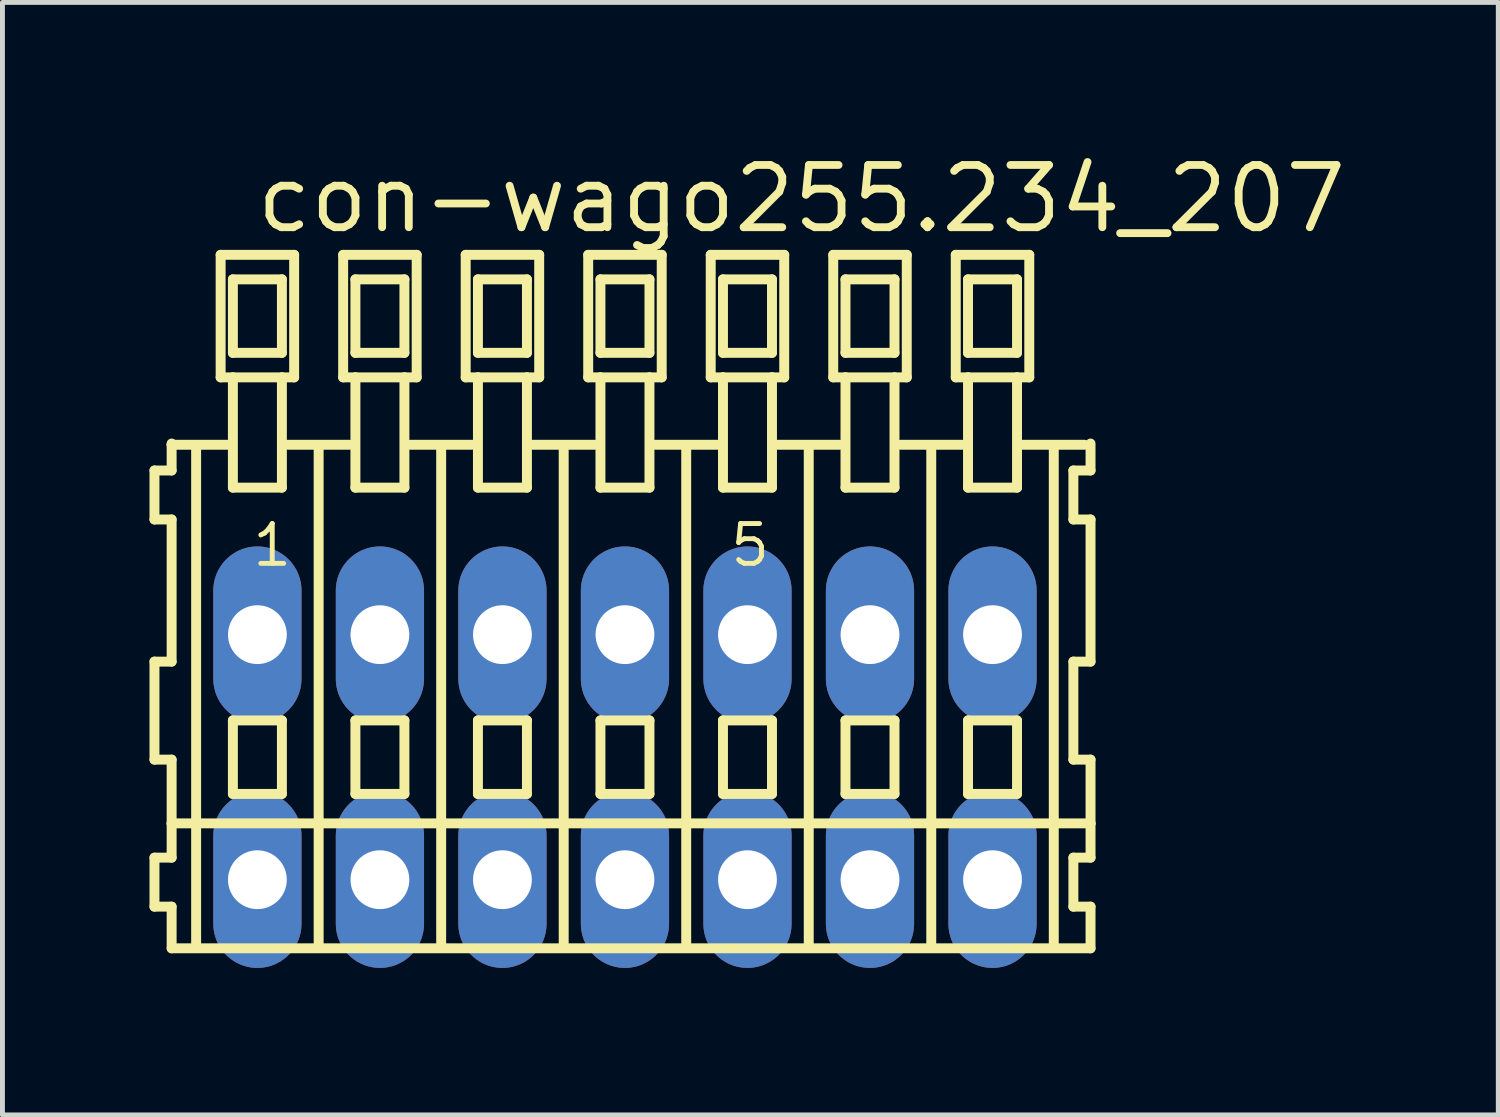
<source format=kicad_pcb>
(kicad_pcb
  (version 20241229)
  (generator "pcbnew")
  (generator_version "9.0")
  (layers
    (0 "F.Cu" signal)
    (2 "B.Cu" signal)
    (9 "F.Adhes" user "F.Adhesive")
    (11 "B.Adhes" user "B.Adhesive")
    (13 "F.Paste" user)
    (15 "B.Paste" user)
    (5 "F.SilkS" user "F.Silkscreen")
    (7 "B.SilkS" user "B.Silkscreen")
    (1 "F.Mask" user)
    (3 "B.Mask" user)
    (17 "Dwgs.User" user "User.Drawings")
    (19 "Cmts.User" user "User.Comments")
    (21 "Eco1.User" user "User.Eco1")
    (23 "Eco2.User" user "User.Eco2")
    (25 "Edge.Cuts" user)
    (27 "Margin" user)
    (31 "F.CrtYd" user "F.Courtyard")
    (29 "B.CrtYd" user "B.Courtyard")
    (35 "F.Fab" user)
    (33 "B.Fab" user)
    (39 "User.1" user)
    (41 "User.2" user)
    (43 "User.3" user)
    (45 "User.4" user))
  (footprint "con-wago255.234_207"
    (layer "F.Cu")
    (at 9.702 12.4)
    (property "Reference" "con-wago255.234_207" (at -7.6 -10.65 0) (layer "F.SilkS") (effects (font (size 1.27 1.27) (thickness 0.16)) (justify left bottom)))
    (attr through_hole)
    (fp_line (start -9.6 -5.85) (end -9.6 -4.85) (stroke (width 0.203) (type default)) (layer "F.SilkS"))
    (fp_line (start -9.6 -4.85) (end -9.25 -4.85) (stroke (width 0.203) (type default)) (layer "F.SilkS"))
    (fp_line (start -9.6 -1.95) (end -9.6 0.05) (stroke (width 0.203) (type default)) (layer "F.SilkS"))
    (fp_line (start -9.6 0.05) (end -9.25 0.05) (stroke (width 0.203) (type default)) (layer "F.SilkS"))
    (fp_line (start -9.6 2.05) (end -9.6 3.05) (stroke (width 0.203) (type default)) (layer "F.SilkS"))
    (fp_line (start -9.6 3.05) (end -9.25 3.05) (stroke (width 0.203) (type default)) (layer "F.SilkS"))
    (fp_line (start -9.25 -6.4) (end -9.25 -6.375) (stroke (width 0.203) (type default)) (layer "F.SilkS"))
    (fp_line (start -9.25 -6.375) (end -9.25 -5.85) (stroke (width 0.203) (type default)) (layer "F.SilkS"))
    (fp_line (start -9.25 -6.375) (end -8.125 -6.375) (stroke (width 0.203) (type default)) (layer "F.SilkS"))
    (fp_line (start -9.25 -5.85) (end -9.6 -5.85) (stroke (width 0.203) (type default)) (layer "F.SilkS"))
    (fp_line (start -9.25 -4.85) (end -9.25 -1.95) (stroke (width 0.203) (type default)) (layer "F.SilkS"))
    (fp_line (start -9.25 -1.95) (end -9.6 -1.95) (stroke (width 0.203) (type default)) (layer "F.SilkS"))
    (fp_line (start -9.25 0.05) (end -9.25 1.35) (stroke (width 0.203) (type default)) (layer "F.SilkS"))
    (fp_line (start -9.25 1.35) (end -9.25 2.05) (stroke (width 0.203) (type default)) (layer "F.SilkS"))
    (fp_line (start -9.25 1.35) (end 9.5 1.35) (stroke (width 0.203) (type default)) (layer "F.SilkS"))
    (fp_line (start -9.25 2.05) (end -9.6 2.05) (stroke (width 0.203) (type default)) (layer "F.SilkS"))
    (fp_line (start -9.25 3.05) (end -9.25 3.9) (stroke (width 0.203) (type default)) (layer "F.SilkS"))
    (fp_line (start -9.25 3.9) (end 9.5 3.9) (stroke (width 0.203) (type default)) (layer "F.SilkS"))
    (fp_line (start -8.75 -6.35) (end -8.75 3.8) (stroke (width 0.203) (type default)) (layer "F.SilkS"))
    (fp_line (start -8.25 -10.25) (end -8.25 -7.75) (stroke (width 0.203) (type default)) (layer "F.SilkS"))
    (fp_line (start -8.25 -7.75) (end -8 -7.75) (stroke (width 0.203) (type default)) (layer "F.SilkS"))
    (fp_line (start -8 -9.75) (end -8 -8.25) (stroke (width 0.203) (type default)) (layer "F.SilkS"))
    (fp_line (start -8 -8.25) (end -7 -8.25) (stroke (width 0.203) (type default)) (layer "F.SilkS"))
    (fp_line (start -8 -7.75) (end -8 -5.5) (stroke (width 0.203) (type default)) (layer "F.SilkS"))
    (fp_line (start -8 -7.75) (end -7 -7.75) (stroke (width 0.203) (type default)) (layer "F.SilkS"))
    (fp_line (start -8 -5.5) (end -7 -5.5) (stroke (width 0.203) (type default)) (layer "F.SilkS"))
    (fp_line (start -8 -0.75) (end -8 0.75) (stroke (width 0.203) (type default)) (layer "F.SilkS"))
    (fp_line (start -8 0.75) (end -7 0.75) (stroke (width 0.203) (type default)) (layer "F.SilkS"))
    (fp_line (start -7 -9.75) (end -8 -9.75) (stroke (width 0.203) (type default)) (layer "F.SilkS"))
    (fp_line (start -7 -8.25) (end -7 -9.75) (stroke (width 0.203) (type default)) (layer "F.SilkS"))
    (fp_line (start -7 -7.75) (end -6.75 -7.75) (stroke (width 0.203) (type default)) (layer "F.SilkS"))
    (fp_line (start -7 -5.5) (end -7 -7.75) (stroke (width 0.203) (type default)) (layer "F.SilkS"))
    (fp_line (start -7 -0.75) (end -8 -0.75) (stroke (width 0.203) (type default)) (layer "F.SilkS"))
    (fp_line (start -7 0.75) (end -7 -0.75) (stroke (width 0.203) (type default)) (layer "F.SilkS"))
    (fp_line (start -6.875 -6.375) (end -5.625 -6.375) (stroke (width 0.203) (type default)) (layer "F.SilkS"))
    (fp_line (start -6.75 -10.25) (end -8.25 -10.25) (stroke (width 0.203) (type default)) (layer "F.SilkS"))
    (fp_line (start -6.75 -7.75) (end -6.75 -10.25) (stroke (width 0.203) (type default)) (layer "F.SilkS"))
    (fp_line (start -6.25 -6.35) (end -6.25 3.8) (stroke (width 0.203) (type default)) (layer "F.SilkS"))
    (fp_line (start -5.75 -10.25) (end -5.75 -7.75) (stroke (width 0.203) (type default)) (layer "F.SilkS"))
    (fp_line (start -5.75 -7.75) (end -5.5 -7.75) (stroke (width 0.203) (type default)) (layer "F.SilkS"))
    (fp_line (start -5.5 -9.75) (end -5.5 -8.25) (stroke (width 0.203) (type default)) (layer "F.SilkS"))
    (fp_line (start -5.5 -8.25) (end -4.5 -8.25) (stroke (width 0.203) (type default)) (layer "F.SilkS"))
    (fp_line (start -5.5 -7.75) (end -5.5 -5.5) (stroke (width 0.203) (type default)) (layer "F.SilkS"))
    (fp_line (start -5.5 -7.75) (end -4.5 -7.75) (stroke (width 0.203) (type default)) (layer "F.SilkS"))
    (fp_line (start -5.5 -5.5) (end -4.5 -5.5) (stroke (width 0.203) (type default)) (layer "F.SilkS"))
    (fp_line (start -5.5 -0.75) (end -5.5 0.75) (stroke (width 0.203) (type default)) (layer "F.SilkS"))
    (fp_line (start -5.5 0.75) (end -4.5 0.75) (stroke (width 0.203) (type default)) (layer "F.SilkS"))
    (fp_line (start -4.5 -9.75) (end -5.5 -9.75) (stroke (width 0.203) (type default)) (layer "F.SilkS"))
    (fp_line (start -4.5 -8.25) (end -4.5 -9.75) (stroke (width 0.203) (type default)) (layer "F.SilkS"))
    (fp_line (start -4.5 -7.75) (end -4.25 -7.75) (stroke (width 0.203) (type default)) (layer "F.SilkS"))
    (fp_line (start -4.5 -5.5) (end -4.5 -7.75) (stroke (width 0.203) (type default)) (layer "F.SilkS"))
    (fp_line (start -4.5 -0.75) (end -5.5 -0.75) (stroke (width 0.203) (type default)) (layer "F.SilkS"))
    (fp_line (start -4.5 0.75) (end -4.5 -0.75) (stroke (width 0.203) (type default)) (layer "F.SilkS"))
    (fp_line (start -4.375 -6.375) (end -3.125 -6.375) (stroke (width 0.203) (type default)) (layer "F.SilkS"))
    (fp_line (start -4.25 -10.25) (end -5.75 -10.25) (stroke (width 0.203) (type default)) (layer "F.SilkS"))
    (fp_line (start -4.25 -7.75) (end -4.25 -10.25) (stroke (width 0.203) (type default)) (layer "F.SilkS"))
    (fp_line (start -3.75 -6.35) (end -3.75 3.8) (stroke (width 0.203) (type default)) (layer "F.SilkS"))
    (fp_line (start -3.25 -10.25) (end -3.25 -7.75) (stroke (width 0.203) (type default)) (layer "F.SilkS"))
    (fp_line (start -3.25 -7.75) (end -3 -7.75) (stroke (width 0.203) (type default)) (layer "F.SilkS"))
    (fp_line (start -3 -9.75) (end -3 -8.25) (stroke (width 0.203) (type default)) (layer "F.SilkS"))
    (fp_line (start -3 -8.25) (end -2 -8.25) (stroke (width 0.203) (type default)) (layer "F.SilkS"))
    (fp_line (start -3 -7.75) (end -3 -5.5) (stroke (width 0.203) (type default)) (layer "F.SilkS"))
    (fp_line (start -3 -7.75) (end -2 -7.75) (stroke (width 0.203) (type default)) (layer "F.SilkS"))
    (fp_line (start -3 -5.5) (end -2 -5.5) (stroke (width 0.203) (type default)) (layer "F.SilkS"))
    (fp_line (start -3 -0.75) (end -3 0.75) (stroke (width 0.203) (type default)) (layer "F.SilkS"))
    (fp_line (start -3 0.75) (end -2 0.75) (stroke (width 0.203) (type default)) (layer "F.SilkS"))
    (fp_line (start -2 -9.75) (end -3 -9.75) (stroke (width 0.203) (type default)) (layer "F.SilkS"))
    (fp_line (start -2 -8.25) (end -2 -9.75) (stroke (width 0.203) (type default)) (layer "F.SilkS"))
    (fp_line (start -2 -7.75) (end -1.75 -7.75) (stroke (width 0.203) (type default)) (layer "F.SilkS"))
    (fp_line (start -2 -5.5) (end -2 -7.75) (stroke (width 0.203) (type default)) (layer "F.SilkS"))
    (fp_line (start -2 -0.75) (end -3 -0.75) (stroke (width 0.203) (type default)) (layer "F.SilkS"))
    (fp_line (start -2 0.75) (end -2 -0.75) (stroke (width 0.203) (type default)) (layer "F.SilkS"))
    (fp_line (start -1.875 -6.375) (end -0.625 -6.375) (stroke (width 0.203) (type default)) (layer "F.SilkS"))
    (fp_line (start -1.75 -10.25) (end -3.25 -10.25) (stroke (width 0.203) (type default)) (layer "F.SilkS"))
    (fp_line (start -1.75 -7.75) (end -1.75 -10.25) (stroke (width 0.203) (type default)) (layer "F.SilkS"))
    (fp_line (start -1.25 -6.35) (end -1.25 3.8) (stroke (width 0.203) (type default)) (layer "F.SilkS"))
    (fp_line (start -0.75 -10.25) (end -0.75 -7.75) (stroke (width 0.203) (type default)) (layer "F.SilkS"))
    (fp_line (start -0.75 -7.75) (end -0.5 -7.75) (stroke (width 0.203) (type default)) (layer "F.SilkS"))
    (fp_line (start -0.5 -9.75) (end -0.5 -8.25) (stroke (width 0.203) (type default)) (layer "F.SilkS"))
    (fp_line (start -0.5 -8.25) (end 0.5 -8.25) (stroke (width 0.203) (type default)) (layer "F.SilkS"))
    (fp_line (start -0.5 -7.75) (end -0.5 -5.5) (stroke (width 0.203) (type default)) (layer "F.SilkS"))
    (fp_line (start -0.5 -7.75) (end 0.5 -7.75) (stroke (width 0.203) (type default)) (layer "F.SilkS"))
    (fp_line (start -0.5 -5.5) (end 0.5 -5.5) (stroke (width 0.203) (type default)) (layer "F.SilkS"))
    (fp_line (start -0.5 -0.75) (end -0.5 0.75) (stroke (width 0.203) (type default)) (layer "F.SilkS"))
    (fp_line (start -0.5 0.75) (end 0.5 0.75) (stroke (width 0.203) (type default)) (layer "F.SilkS"))
    (fp_line (start 0.5 -9.75) (end -0.5 -9.75) (stroke (width 0.203) (type default)) (layer "F.SilkS"))
    (fp_line (start 0.5 -8.25) (end 0.5 -9.75) (stroke (width 0.203) (type default)) (layer "F.SilkS"))
    (fp_line (start 0.5 -7.75) (end 0.75 -7.75) (stroke (width 0.203) (type default)) (layer "F.SilkS"))
    (fp_line (start 0.5 -5.5) (end 0.5 -7.75) (stroke (width 0.203) (type default)) (layer "F.SilkS"))
    (fp_line (start 0.5 -0.75) (end -0.5 -0.75) (stroke (width 0.203) (type default)) (layer "F.SilkS"))
    (fp_line (start 0.5 0.75) (end 0.5 -0.75) (stroke (width 0.203) (type default)) (layer "F.SilkS"))
    (fp_line (start 0.625 -6.375) (end 1.875 -6.375) (stroke (width 0.203) (type default)) (layer "F.SilkS"))
    (fp_line (start 0.75 -10.25) (end -0.75 -10.25) (stroke (width 0.203) (type default)) (layer "F.SilkS"))
    (fp_line (start 0.75 -7.75) (end 0.75 -10.25) (stroke (width 0.203) (type default)) (layer "F.SilkS"))
    (fp_line (start 1.25 -6.35) (end 1.25 3.8) (stroke (width 0.203) (type default)) (layer "F.SilkS"))
    (fp_line (start 1.75 -10.25) (end 1.75 -7.75) (stroke (width 0.203) (type default)) (layer "F.SilkS"))
    (fp_line (start 1.75 -7.75) (end 2 -7.75) (stroke (width 0.203) (type default)) (layer "F.SilkS"))
    (fp_line (start 2 -9.75) (end 2 -8.25) (stroke (width 0.203) (type default)) (layer "F.SilkS"))
    (fp_line (start 2 -8.25) (end 3 -8.25) (stroke (width 0.203) (type default)) (layer "F.SilkS"))
    (fp_line (start 2 -7.75) (end 2 -5.5) (stroke (width 0.203) (type default)) (layer "F.SilkS"))
    (fp_line (start 2 -7.75) (end 3 -7.75) (stroke (width 0.203) (type default)) (layer "F.SilkS"))
    (fp_line (start 2 -5.5) (end 3 -5.5) (stroke (width 0.203) (type default)) (layer "F.SilkS"))
    (fp_line (start 2 -0.75) (end 2 0.75) (stroke (width 0.203) (type default)) (layer "F.SilkS"))
    (fp_line (start 2 0.75) (end 3 0.75) (stroke (width 0.203) (type default)) (layer "F.SilkS"))
    (fp_line (start 3 -9.75) (end 2 -9.75) (stroke (width 0.203) (type default)) (layer "F.SilkS"))
    (fp_line (start 3 -8.25) (end 3 -9.75) (stroke (width 0.203) (type default)) (layer "F.SilkS"))
    (fp_line (start 3 -7.75) (end 3.25 -7.75) (stroke (width 0.203) (type default)) (layer "F.SilkS"))
    (fp_line (start 3 -5.5) (end 3 -7.75) (stroke (width 0.203) (type default)) (layer "F.SilkS"))
    (fp_line (start 3 -0.75) (end 2 -0.75) (stroke (width 0.203) (type default)) (layer "F.SilkS"))
    (fp_line (start 3 0.75) (end 3 -0.75) (stroke (width 0.203) (type default)) (layer "F.SilkS"))
    (fp_line (start 3.125 -6.375) (end 4.375 -6.375) (stroke (width 0.203) (type default)) (layer "F.SilkS"))
    (fp_line (start 3.25 -10.25) (end 1.75 -10.25) (stroke (width 0.203) (type default)) (layer "F.SilkS"))
    (fp_line (start 3.25 -7.75) (end 3.25 -10.25) (stroke (width 0.203) (type default)) (layer "F.SilkS"))
    (fp_line (start 3.75 -6.35) (end 3.75 3.8) (stroke (width 0.203) (type default)) (layer "F.SilkS"))
    (fp_line (start 4.25 -10.25) (end 4.25 -7.75) (stroke (width 0.203) (type default)) (layer "F.SilkS"))
    (fp_line (start 4.25 -7.75) (end 4.5 -7.75) (stroke (width 0.203) (type default)) (layer "F.SilkS"))
    (fp_line (start 4.5 -9.75) (end 4.5 -8.25) (stroke (width 0.203) (type default)) (layer "F.SilkS"))
    (fp_line (start 4.5 -8.25) (end 5.5 -8.25) (stroke (width 0.203) (type default)) (layer "F.SilkS"))
    (fp_line (start 4.5 -7.75) (end 4.5 -5.5) (stroke (width 0.203) (type default)) (layer "F.SilkS"))
    (fp_line (start 4.5 -7.75) (end 5.5 -7.75) (stroke (width 0.203) (type default)) (layer "F.SilkS"))
    (fp_line (start 4.5 -5.5) (end 5.5 -5.5) (stroke (width 0.203) (type default)) (layer "F.SilkS"))
    (fp_line (start 4.5 -0.75) (end 4.5 0.75) (stroke (width 0.203) (type default)) (layer "F.SilkS"))
    (fp_line (start 4.5 0.75) (end 5.5 0.75) (stroke (width 0.203) (type default)) (layer "F.SilkS"))
    (fp_line (start 5.5 -9.75) (end 4.5 -9.75) (stroke (width 0.203) (type default)) (layer "F.SilkS"))
    (fp_line (start 5.5 -8.25) (end 5.5 -9.75) (stroke (width 0.203) (type default)) (layer "F.SilkS"))
    (fp_line (start 5.5 -7.75) (end 5.75 -7.75) (stroke (width 0.203) (type default)) (layer "F.SilkS"))
    (fp_line (start 5.5 -5.5) (end 5.5 -7.75) (stroke (width 0.203) (type default)) (layer "F.SilkS"))
    (fp_line (start 5.5 -0.75) (end 4.5 -0.75) (stroke (width 0.203) (type default)) (layer "F.SilkS"))
    (fp_line (start 5.5 0.75) (end 5.5 -0.75) (stroke (width 0.203) (type default)) (layer "F.SilkS"))
    (fp_line (start 5.625 -6.375) (end 6.875 -6.375) (stroke (width 0.203) (type default)) (layer "F.SilkS"))
    (fp_line (start 5.75 -10.25) (end 4.25 -10.25) (stroke (width 0.203) (type default)) (layer "F.SilkS"))
    (fp_line (start 5.75 -7.75) (end 5.75 -10.25) (stroke (width 0.203) (type default)) (layer "F.SilkS"))
    (fp_line (start 6.25 -6.35) (end 6.25 3.8) (stroke (width 0.203) (type default)) (layer "F.SilkS"))
    (fp_line (start 6.75 -10.25) (end 6.75 -7.75) (stroke (width 0.203) (type default)) (layer "F.SilkS"))
    (fp_line (start 6.75 -7.75) (end 7 -7.75) (stroke (width 0.203) (type default)) (layer "F.SilkS"))
    (fp_line (start 7 -9.75) (end 7 -8.25) (stroke (width 0.203) (type default)) (layer "F.SilkS"))
    (fp_line (start 7 -8.25) (end 8 -8.25) (stroke (width 0.203) (type default)) (layer "F.SilkS"))
    (fp_line (start 7 -7.75) (end 7 -5.5) (stroke (width 0.203) (type default)) (layer "F.SilkS"))
    (fp_line (start 7 -7.75) (end 8 -7.75) (stroke (width 0.203) (type default)) (layer "F.SilkS"))
    (fp_line (start 7 -5.5) (end 8 -5.5) (stroke (width 0.203) (type default)) (layer "F.SilkS"))
    (fp_line (start 7 -0.75) (end 7 0.75) (stroke (width 0.203) (type default)) (layer "F.SilkS"))
    (fp_line (start 7 0.75) (end 8 0.75) (stroke (width 0.203) (type default)) (layer "F.SilkS"))
    (fp_line (start 8 -9.75) (end 7 -9.75) (stroke (width 0.203) (type default)) (layer "F.SilkS"))
    (fp_line (start 8 -8.25) (end 8 -9.75) (stroke (width 0.203) (type default)) (layer "F.SilkS"))
    (fp_line (start 8 -7.75) (end 8.25 -7.75) (stroke (width 0.203) (type default)) (layer "F.SilkS"))
    (fp_line (start 8 -5.5) (end 8 -7.75) (stroke (width 0.203) (type default)) (layer "F.SilkS"))
    (fp_line (start 8 -0.75) (end 7 -0.75) (stroke (width 0.203) (type default)) (layer "F.SilkS"))
    (fp_line (start 8 0.75) (end 8 -0.75) (stroke (width 0.203) (type default)) (layer "F.SilkS"))
    (fp_line (start 8.125 -6.375) (end 9.375 -6.375) (stroke (width 0.203) (type default)) (layer "F.SilkS"))
    (fp_line (start 8.25 -10.25) (end 6.75 -10.25) (stroke (width 0.203) (type default)) (layer "F.SilkS"))
    (fp_line (start 8.25 -7.75) (end 8.25 -10.25) (stroke (width 0.203) (type default)) (layer "F.SilkS"))
    (fp_line (start 8.75 -6.35) (end 8.75 3.8) (stroke (width 0.203) (type default)) (layer "F.SilkS"))
    (fp_line (start 9.15 -5.85) (end 9.15 -4.85) (stroke (width 0.203) (type default)) (layer "F.SilkS"))
    (fp_line (start 9.15 -4.85) (end 9.5 -4.85) (stroke (width 0.203) (type default)) (layer "F.SilkS"))
    (fp_line (start 9.15 -1.95) (end 9.15 0.05) (stroke (width 0.203) (type default)) (layer "F.SilkS"))
    (fp_line (start 9.15 0.05) (end 9.5 0.05) (stroke (width 0.203) (type default)) (layer "F.SilkS"))
    (fp_line (start 9.15 2.05) (end 9.15 3.05) (stroke (width 0.203) (type default)) (layer "F.SilkS"))
    (fp_line (start 9.15 3.05) (end 9.5 3.05) (stroke (width 0.203) (type default)) (layer "F.SilkS"))
    (fp_line (start 9.5 -5.85) (end 9.15 -5.85) (stroke (width 0.203) (type default)) (layer "F.SilkS"))
    (fp_line (start 9.5 -5.85) (end 9.5 -6.4) (stroke (width 0.203) (type default)) (layer "F.SilkS"))
    (fp_line (start 9.5 -1.95) (end 9.15 -1.95) (stroke (width 0.203) (type default)) (layer "F.SilkS"))
    (fp_line (start 9.5 -1.95) (end 9.5 -4.85) (stroke (width 0.203) (type default)) (layer "F.SilkS"))
    (fp_line (start 9.5 1.35) (end 9.5 0.05) (stroke (width 0.203) (type default)) (layer "F.SilkS"))
    (fp_line (start 9.5 2.05) (end 9.15 2.05) (stroke (width 0.203) (type default)) (layer "F.SilkS"))
    (fp_line (start 9.5 2.05) (end 9.5 1.35) (stroke (width 0.203) (type default)) (layer "F.SilkS"))
    (fp_line (start 9.5 3.9) (end 9.5 3.05) (stroke (width 0.203) (type default)) (layer "F.SilkS"))
    (fp_text user "1" (at -7.65 -3.85 0) (layer "F.SilkS") (effects (font (size 0.813 0.813) (thickness 0.1)) (justify left bottom)))
    (fp_text user "5" (at 2.1 -3.85 0) (layer "F.SilkS") (effects (font (size 0.813 0.813) (thickness 0.1)) (justify left bottom)))
    (pad "A1" thru_hole oval (at -7.5 -2.5 90) (size 3.6 1.8) (drill 1.2) (layers "*.Cu" "*.Mask"))
    (pad "A2" thru_hole oval (at -5 -2.5 90) (size 3.6 1.8) (drill 1.2) (layers "*.Cu" "*.Mask"))
    (pad "A3" thru_hole oval (at -2.5 -2.5 90) (size 3.6 1.8) (drill 1.2) (layers "*.Cu" "*.Mask"))
    (pad "A4" thru_hole oval (at 0 -2.5 90) (size 3.6 1.8) (drill 1.2) (layers "*.Cu" "*.Mask"))
    (pad "A5" thru_hole oval (at 2.5 -2.5 90) (size 3.6 1.8) (drill 1.2) (layers "*.Cu" "*.Mask"))
    (pad "A6" thru_hole oval (at 5 -2.5 90) (size 3.6 1.8) (drill 1.2) (layers "*.Cu" "*.Mask"))
    (pad "A7" thru_hole oval (at 7.5 -2.5 90) (size 3.6 1.8) (drill 1.2) (layers "*.Cu" "*.Mask"))
    (pad "B1" thru_hole oval (at -7.5 2.5 90) (size 3.6 1.8) (drill 1.2) (layers "*.Cu" "*.Mask"))
    (pad "B2" thru_hole oval (at -5 2.5 90) (size 3.6 1.8) (drill 1.2) (layers "*.Cu" "*.Mask"))
    (pad "B3" thru_hole oval (at -2.5 2.5 90) (size 3.6 1.8) (drill 1.2) (layers "*.Cu" "*.Mask"))
    (pad "B4" thru_hole oval (at 0 2.5 90) (size 3.6 1.8) (drill 1.2) (layers "*.Cu" "*.Mask"))
    (pad "B5" thru_hole oval (at 2.5 2.5 90) (size 3.6 1.8) (drill 1.2) (layers "*.Cu" "*.Mask"))
    (pad "B6" thru_hole oval (at 5 2.5 90) (size 3.6 1.8) (drill 1.2) (layers "*.Cu" "*.Mask"))
    (pad "B7" thru_hole oval (at 7.5 2.5 90) (size 3.6 1.8) (drill 1.2) (layers "*.Cu" "*.Mask")))
  (gr_rect
    (start -3 -3)
    (end 27.522 19.7)
    (stroke (width 0.1) (type default))
    (fill no)
    (layer "Edge.Cuts")))
</source>
